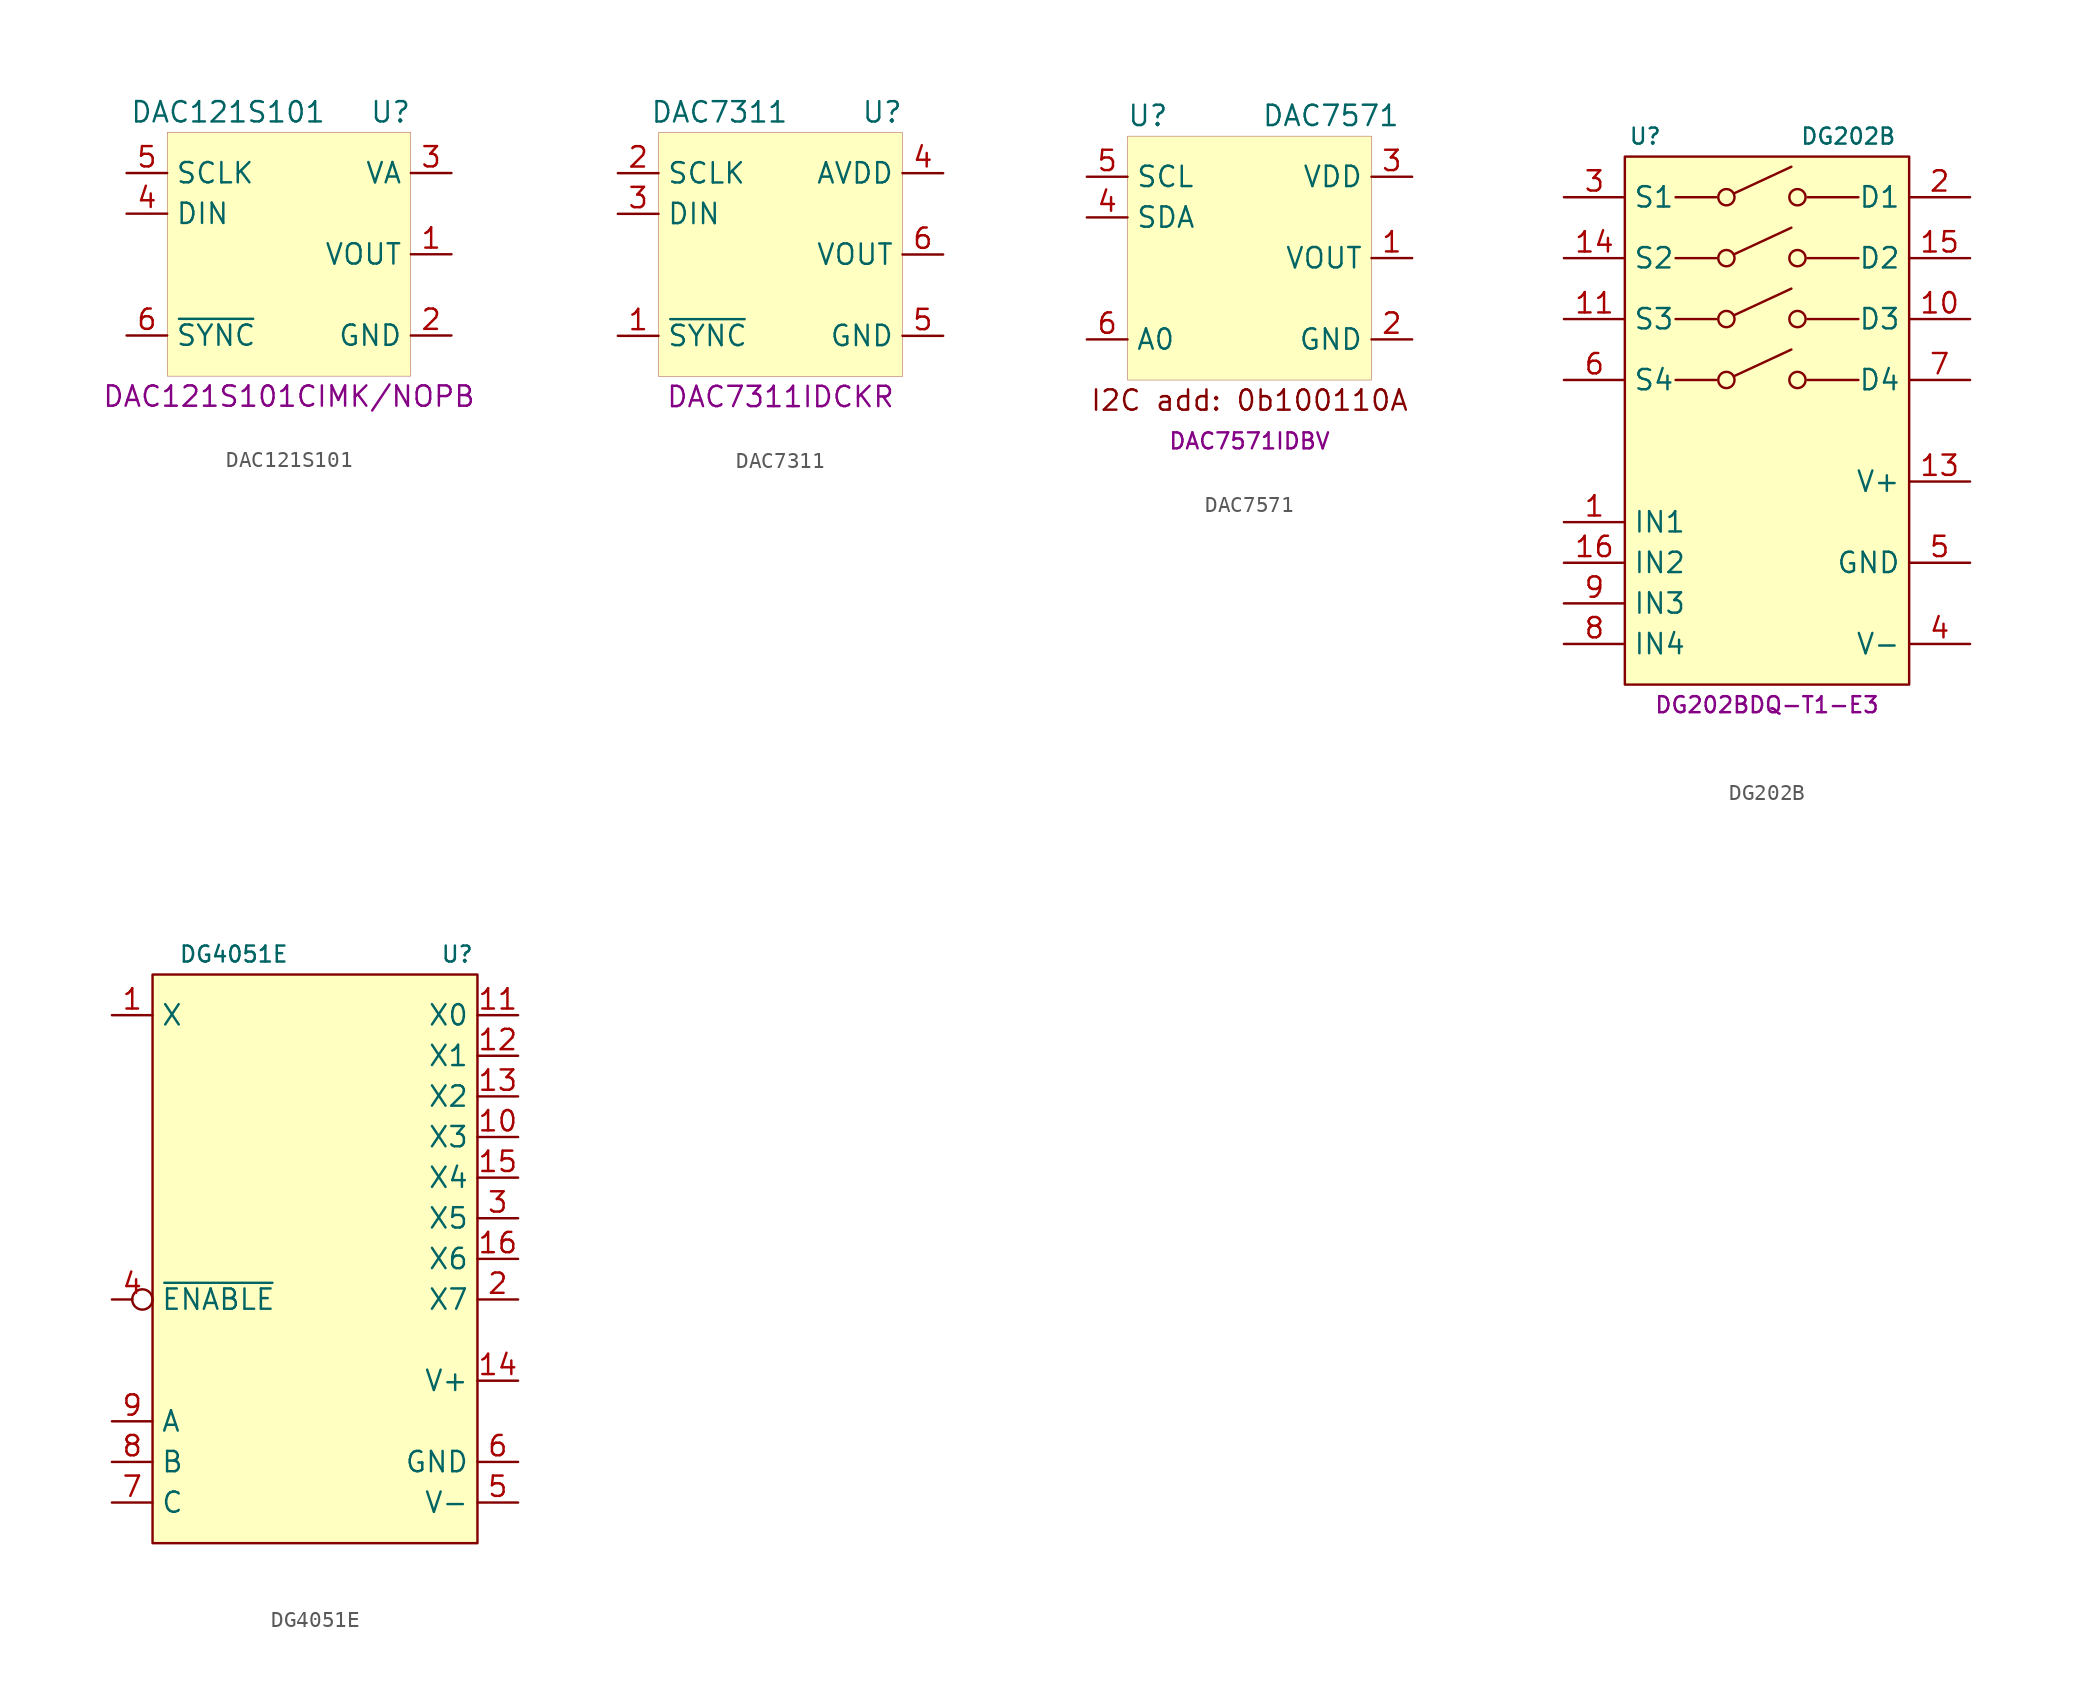
<source format=kicad_sym>
(kicad_symbol_lib
  (version 20231120)
  (generator "kicad_symbol_editor")
  (generator_version "8.0")
  (symbol "DAC121S101"
    (property "Reference" "U"
      (at 6.35 8.89 0)
      (effects (font (size 1.27 1.27))))
    (property "Value" "DAC121S101"
      (at -3.81 8.89 0)
      (effects (font (size 1.27 1.27))))
    (property "MPN" "DAC121S101CIMK/NOPB"
      (at 0 -8.89 0)
      (effects (font (size 1.27 1.27))))
    (symbol "DAC121S101_0_1"
      (rectangle (start -7.62 -7.62) (end 7.62 7.62) (stroke (width 0.001) (type default)) (fill (type background))))
    (symbol "DAC121S101_1_1"
      (pin output line (at 10.16 0 180) (length 2.54) (name "VOUT" (effects (font (size 1.27 1.27)))) (number "1" (effects (font (size 1.27 1.27)))))
      (pin power_in line (at 10.16 -5.08 180) (length 2.54) (name "GND" (effects (font (size 1.27 1.27)))) (number "2" (effects (font (size 1.27 1.27)))))
      (pin power_in line (at 10.16 5.08 180) (length 2.54) (name "VA" (effects (font (size 1.27 1.27)))) (number "3" (effects (font (size 1.27 1.27)))))
      (pin input line (at -10.16 2.54 0) (length 2.54) (name "DIN" (effects (font (size 1.27 1.27)))) (number "4" (effects (font (size 1.27 1.27)))))
      (pin input line (at -10.16 5.08 0) (length 2.54) (name "SCLK" (effects (font (size 1.27 1.27)))) (number "5" (effects (font (size 1.27 1.27)))))
      (pin input line (at -10.16 -5.08 0) (length 2.54) (name "~{SYNC}" (effects (font (size 1.27 1.27)))) (number "6" (effects (font (size 1.27 1.27)))))))
  (symbol "DAC7311"
    (property "Reference" "U"
      (at 6.35 8.89 0)
      (effects (font (size 1.27 1.27))))
    (property "Value" "DAC7311"
      (at -3.81 8.89 0)
      (effects (font (size 1.27 1.27))))
    (property "MPN" "DAC7311IDCKR"
      (at 0 -8.89 0)
      (effects (font (size 1.27 1.27))))
    (symbol "DAC7311_0_1"
      (rectangle (start -7.62 -7.62) (end 7.62 7.62) (stroke (width 0.001) (type default)) (fill (type background))))
    (symbol "DAC7311_1_1"
      (pin input line (at -10.16 -5.08 0) (length 2.54) (name "~{SYNC}" (effects (font (size 1.27 1.27)))) (number "1" (effects (font (size 1.27 1.27)))))
      (pin input line (at -10.16 5.08 0) (length 2.54) (name "SCLK" (effects (font (size 1.27 1.27)))) (number "2" (effects (font (size 1.27 1.27)))))
      (pin input line (at -10.16 2.54 0) (length 2.54) (name "DIN" (effects (font (size 1.27 1.27)))) (number "3" (effects (font (size 1.27 1.27)))))
      (pin power_in line (at 10.16 5.08 180) (length 2.54) (name "AVDD" (effects (font (size 1.27 1.27)))) (number "4" (effects (font (size 1.27 1.27)))))
      (pin power_in line (at 10.16 -5.08 180) (length 2.54) (name "GND" (effects (font (size 1.27 1.27)))) (number "5" (effects (font (size 1.27 1.27)))))
      (pin output line (at 10.16 0 180) (length 2.54) (name "VOUT" (effects (font (size 1.27 1.27)))) (number "6" (effects (font (size 1.27 1.27)))))))
  (symbol "DAC7571"
    (property "Reference" "U"
      (at -6.35 8.89 0)
      (effects (font (size 1.27 1.27))))
    (property "Value" "DAC7571"
      (at 5.08 8.89 0)
      (effects (font (size 1.27 1.27))))
    (property "MPN" "DAC7571IDBV"
      (at 0 -11.43 0)
      (effects (font (size 1 1))))
    (symbol "DAC7571_0_0"
      (text "I2C add: 0b100110A" (at 0 -8.89 0) (effects (font (size 1.27 1.27)))))
    (symbol "DAC7571_0_1"
      (rectangle (start -7.62 -7.62) (end 7.62 7.62) (stroke (width 0.001) (type default)) (fill (type background))))
    (symbol "DAC7571_1_1"
      (pin output line (at 10.16 0 180) (length 2.54) (name "VOUT" (effects (font (size 1.27 1.27)))) (number "1" (effects (font (size 1.27 1.27)))))
      (pin power_in line (at 10.16 -5.08 180) (length 2.54) (name "GND" (effects (font (size 1.27 1.27)))) (number "2" (effects (font (size 1.27 1.27)))))
      (pin power_in line (at 10.16 5.08 180) (length 2.54) (name "VDD" (effects (font (size 1.27 1.27)))) (number "3" (effects (font (size 1.27 1.27)))))
      (pin open_collector line (at -10.16 2.54 0) (length 2.54) (name "SDA" (effects (font (size 1.27 1.27)))) (number "4" (effects (font (size 1.27 1.27)))))
      (pin input line (at -10.16 5.08 0) (length 2.54) (name "SCL" (effects (font (size 1.27 1.27)))) (number "5" (effects (font (size 1.27 1.27)))))
      (pin input line (at -10.16 -5.08 0) (length 2.54) (name "A0" (effects (font (size 1.27 1.27)))) (number "6" (effects (font (size 1.27 1.27)))))))
  (symbol "DG202B"
    (property "Reference" "U"
      (at -7.62 16.51 0)
      (effects (font (size 1 1))))
    (property "Value" "DG202B"
      (at 5.08 16.51 0)
      (effects (font (size 1 1))))
    (property "MPN" "DG202BDQ-T1-E3"
      (at 0 -19.05 0)
      (effects (font (size 1 1))))
    (symbol "DG202B_0_1"
      (circle (center -2.54 1.27) (radius 0.508) (stroke (width 0) (type default)) (fill (type none)))
      (circle (center -2.54 5.08) (radius 0.508) (stroke (width 0) (type default)) (fill (type none)))
      (circle (center -2.54 8.89) (radius 0.508) (stroke (width 0) (type default)) (fill (type none)))
      (circle (center -2.54 12.7) (radius 0.508) (stroke (width 0) (type default)) (fill (type none)))
      (polyline (pts (xy -5.715 5.08) (xy -3.175 5.08)) (stroke (width 0) (type default)) (fill (type none)))
      (polyline (pts (xy -5.715 12.7) (xy -3.175 12.7)) (stroke (width 0) (type default)) (fill (type none)))
      (polyline (pts (xy -3.175 8.89) (xy -5.715 8.89)) (stroke (width 0) (type default)) (fill (type none)))
      (polyline (pts (xy -2.032 1.524) (xy 1.524 3.175)) (stroke (width 0) (type default)) (fill (type none)))
      (polyline (pts (xy -2.032 5.334) (xy 1.524 6.985)) (stroke (width 0) (type default)) (fill (type none)))
      (polyline (pts (xy -2.032 9.144) (xy 1.524 10.795)) (stroke (width 0) (type default)) (fill (type none)))
      (polyline (pts (xy -2.032 12.954) (xy 1.524 14.605)) (stroke (width 0) (type default)) (fill (type none)))
      (polyline (pts (xy 2.54 12.7) (xy 5.715 12.7)) (stroke (width 0) (type default)) (fill (type none)))
      (polyline (pts (xy 5.715 1.27) (xy 2.54 1.27)) (stroke (width 0) (type default)) (fill (type none)))
      (polyline (pts (xy 5.715 5.08) (xy 2.54 5.08)) (stroke (width 0) (type default)) (fill (type none)))
      (polyline (pts (xy 5.715 8.89) (xy 2.54 8.89)) (stroke (width 0) (type default)) (fill (type none)))
      (circle (center 1.905 1.27) (radius 0.508) (stroke (width 0) (type default)) (fill (type none)))
      (circle (center 1.905 5.08) (radius 0.508) (stroke (width 0) (type default)) (fill (type none)))
      (circle (center 1.905 8.89) (radius 0.508) (stroke (width 0) (type default)) (fill (type none)))
      (circle (center 1.905 12.7) (radius 0.508) (stroke (width 0) (type default)) (fill (type none))))
    (symbol "DG202B_1_1"
      (rectangle (start -8.89 15.24) (end 8.89 -17.78) (stroke (width 0) (type default)) (fill (type background)))
      (polyline (pts (xy -3.175 1.27) (xy -5.715 1.27)) (stroke (width 0) (type default)) (fill (type none)))
      (pin input line (at -12.7 -7.62 0) (length 3.81) (name "IN1" (effects (font (size 1.27 1.27)))) (number "1" (effects (font (size 1.27 1.27)))))
      (pin bidirectional line (at 12.7 5.08 180) (length 3.81) (name "D3" (effects (font (size 1.27 1.27)))) (number "10" (effects (font (size 1.27 1.27)))))
      (pin bidirectional line (at -12.7 5.08 0) (length 3.81) (name "S3" (effects (font (size 1.27 1.27)))) (number "11" (effects (font (size 1.27 1.27)))))
      (pin power_in line (at 12.7 -5.08 180) (length 3.81) (name "V+" (effects (font (size 1.27 1.27)))) (number "13" (effects (font (size 1.27 1.27)))))
      (pin bidirectional line (at -12.7 8.89 0) (length 3.81) (name "S2" (effects (font (size 1.27 1.27)))) (number "14" (effects (font (size 1.27 1.27)))))
      (pin bidirectional line (at 12.7 8.89 180) (length 3.81) (name "D2" (effects (font (size 1.27 1.27)))) (number "15" (effects (font (size 1.27 1.27)))))
      (pin input line (at -12.7 -10.16 0) (length 3.81) (name "IN2" (effects (font (size 1.27 1.27)))) (number "16" (effects (font (size 1.27 1.27)))))
      (pin bidirectional line (at 12.7 12.7 180) (length 3.81) (name "D1" (effects (font (size 1.27 1.27)))) (number "2" (effects (font (size 1.27 1.27)))))
      (pin bidirectional line (at -12.7 12.7 0) (length 3.81) (name "S1" (effects (font (size 1.27 1.27)))) (number "3" (effects (font (size 1.27 1.27)))))
      (pin power_in line (at 12.7 -15.24 180) (length 3.81) (name "V-" (effects (font (size 1.27 1.27)))) (number "4" (effects (font (size 1.27 1.27)))))
      (pin power_in line (at 12.7 -10.16 180) (length 3.81) (name "GND" (effects (font (size 1.27 1.27)))) (number "5" (effects (font (size 1.27 1.27)))))
      (pin bidirectional line (at -12.7 1.27 0) (length 3.81) (name "S4" (effects (font (size 1.27 1.27)))) (number "6" (effects (font (size 1.27 1.27)))))
      (pin bidirectional line (at 12.7 1.27 180) (length 3.81) (name "D4" (effects (font (size 1.27 1.27)))) (number "7" (effects (font (size 1.27 1.27)))))
      (pin input line (at -12.7 -15.24 0) (length 3.81) (name "IN4" (effects (font (size 1.27 1.27)))) (number "8" (effects (font (size 1.27 1.27)))))
      (pin input line (at -12.7 -12.7 0) (length 3.81) (name "IN3" (effects (font (size 1.27 1.27)))) (number "9" (effects (font (size 1.27 1.27)))))))
  (symbol "DG4051E"
    (property "Reference" "U"
      (at 8.89 19.05 0)
      (effects (font (size 1 1))))
    (property "Value" "DG4051E"
      (at -5.08 19.05 0)
      (effects (font (size 1 1))))
    (symbol "DG4051E_0_1"
      (rectangle (start -10.16 17.78) (end 10.16 -17.78) (stroke (width 0.152) (type default)) (fill (type background))))
    (symbol "DG4051E_1_1"
      (pin passive line (at -12.7 15.24 0) (length 2.54) (name "X" (effects (font (size 1.27 1.27)))) (number "1" (effects (font (size 1.27 1.27)))))
      (pin passive line (at 12.7 7.62 180) (length 2.54) (name "X3" (effects (font (size 1.27 1.27)))) (number "10" (effects (font (size 1.27 1.27)))))
      (pin passive line (at 12.7 15.24 180) (length 2.54) (name "X0" (effects (font (size 1.27 1.27)))) (number "11" (effects (font (size 1.27 1.27)))))
      (pin passive line (at 12.7 12.7 180) (length 2.54) (name "X1" (effects (font (size 1.27 1.27)))) (number "12" (effects (font (size 1.27 1.27)))))
      (pin passive line (at 12.7 10.16 180) (length 2.54) (name "X2" (effects (font (size 1.27 1.27)))) (number "13" (effects (font (size 1.27 1.27)))))
      (pin power_in line (at 12.7 -7.62 180) (length 2.54) (name "V+" (effects (font (size 1.27 1.27)))) (number "14" (effects (font (size 1.27 1.27)))))
      (pin passive line (at 12.7 5.08 180) (length 2.54) (name "X4" (effects (font (size 1.27 1.27)))) (number "15" (effects (font (size 1.27 1.27)))))
      (pin passive line (at 12.7 0 180) (length 2.54) (name "X6" (effects (font (size 1.27 1.27)))) (number "16" (effects (font (size 1.27 1.27)))))
      (pin passive line (at 12.7 -2.54 180) (length 2.54) (name "X7" (effects (font (size 1.27 1.27)))) (number "2" (effects (font (size 1.27 1.27)))))
      (pin passive line (at 12.7 2.54 180) (length 2.54) (name "X5" (effects (font (size 1.27 1.27)))) (number "3" (effects (font (size 1.27 1.27)))))
      (pin input inverted (at -12.7 -2.54 0) (length 2.54) (name "~{ENABLE}" (effects (font (size 1.27 1.27)))) (number "4" (effects (font (size 1.27 1.27)))))
      (pin power_in line (at 12.7 -15.24 180) (length 2.54) (name "V-" (effects (font (size 1.27 1.27)))) (number "5" (effects (font (size 1.27 1.27)))))
      (pin power_in line (at 12.7 -12.7 180) (length 2.54) (name "GND" (effects (font (size 1.27 1.27)))) (number "6" (effects (font (size 1.27 1.27)))))
      (pin input line (at -12.7 -15.24 0) (length 2.54) (name "C" (effects (font (size 1.27 1.27)))) (number "7" (effects (font (size 1.27 1.27)))))
      (pin input line (at -12.7 -12.7 0) (length 2.54) (name "B" (effects (font (size 1.27 1.27)))) (number "8" (effects (font (size 1.27 1.27)))))
      (pin input line (at -12.7 -10.16 0) (length 2.54) (name "A" (effects (font (size 1.27 1.27)))) (number "9" (effects (font (size 1.27 1.27))))))))
</source>
